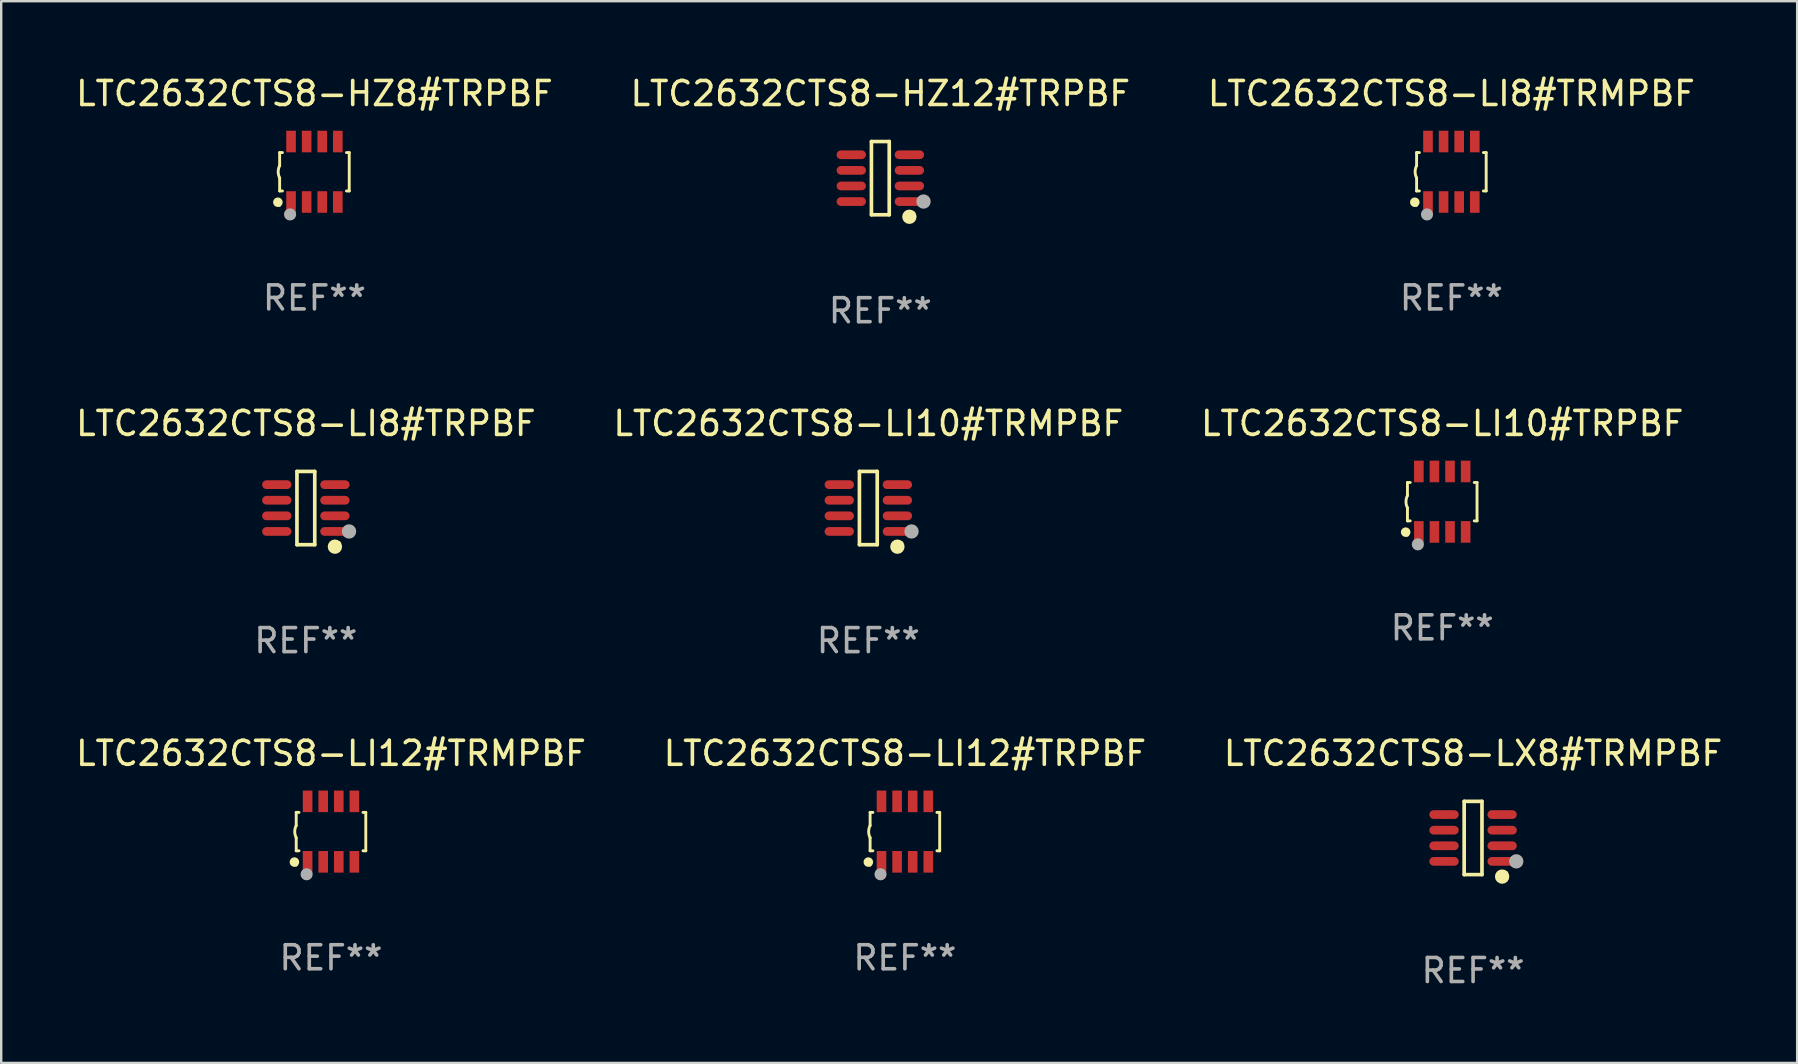
<source format=kicad_pcb>
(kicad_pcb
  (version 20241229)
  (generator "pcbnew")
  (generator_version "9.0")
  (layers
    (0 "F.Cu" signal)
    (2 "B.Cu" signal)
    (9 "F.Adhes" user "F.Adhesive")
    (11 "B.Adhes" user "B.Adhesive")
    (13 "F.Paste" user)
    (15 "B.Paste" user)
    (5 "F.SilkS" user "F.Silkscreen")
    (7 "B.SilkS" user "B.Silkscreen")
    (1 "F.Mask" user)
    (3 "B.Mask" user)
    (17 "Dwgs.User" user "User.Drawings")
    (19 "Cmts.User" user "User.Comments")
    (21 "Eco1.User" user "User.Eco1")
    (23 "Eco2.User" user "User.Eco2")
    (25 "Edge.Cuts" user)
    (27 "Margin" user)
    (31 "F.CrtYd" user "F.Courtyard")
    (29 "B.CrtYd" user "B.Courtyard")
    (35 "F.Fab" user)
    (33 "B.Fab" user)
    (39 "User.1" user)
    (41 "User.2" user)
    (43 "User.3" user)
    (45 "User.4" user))
  (footprint "LTC2632CTS8-LI8#TRPBF"
    (layer "F.Cu")
    (at 9.696 18.123)
    (property "Reference" "LTC2632CTS8-LI8#TRPBF" (at 0 -3.526 0) (layer "F.SilkS") (effects (font (size 1 1) (thickness 0.15))))
    (attr through_hole)
    (fp_line (start -0.371 -1.526) (end 0.371 -1.526) (stroke (width 0.152) (type solid)) (layer "F.SilkS"))
    (fp_line (start -0.371 1.526) (end -0.371 -1.526) (stroke (width 0.152) (type solid)) (layer "F.SilkS"))
    (fp_line (start 0.371 -1.526) (end 0.371 1.526) (stroke (width 0.152) (type solid)) (layer "F.SilkS"))
    (fp_line (start 0.371 1.526) (end -0.371 1.526) (stroke (width 0.152) (type solid)) (layer "F.SilkS"))
    (fp_circle (center 1.211 1.609) (end 1.361 1.609) (stroke (width 0.3) (type solid)) (fill no) (layer "F.SilkS"))
    (fp_circle (center 1.4 1.45) (end 1.43 1.45) (stroke (width 0.06) (type solid)) (fill no) (layer "F.SilkS"))
    (fp_circle (center 1.8 0.975) (end 1.95 0.975) (stroke (width 0.3) (type solid)) (fill no) (layer "F.Fab"))
    (fp_text user "REF**" (at 0 5.526 0) (layer "F.Fab") (effects (font (size 1 1) (thickness 0.15))))
    (pad "1" smd oval (at 1.211 0.975) (size 1.222 0.364) (layers "F.Cu" "F.Mask" "F.Paste"))
    (pad "2" smd oval (at 1.211 0.325) (size 1.222 0.364) (layers "F.Cu" "F.Mask" "F.Paste"))
    (pad "3" smd oval (at 1.211 -0.325) (size 1.222 0.364) (layers "F.Cu" "F.Mask" "F.Paste"))
    (pad "4" smd oval (at 1.211 -0.975) (size 1.222 0.364) (layers "F.Cu" "F.Mask" "F.Paste"))
    (pad "5" smd oval (at -1.211 -0.975) (size 1.222 0.364) (layers "F.Cu" "F.Mask" "F.Paste"))
    (pad "6" smd oval (at -1.211 -0.325) (size 1.222 0.364) (layers "F.Cu" "F.Mask" "F.Paste"))
    (pad "7" smd oval (at -1.211 0.325) (size 1.222 0.364) (layers "F.Cu" "F.Mask" "F.Paste"))
    (pad "8" smd oval (at -1.211 0.975) (size 1.222 0.364) (layers "F.Cu" "F.Mask" "F.Paste")))
  (footprint "LTC2632CTS8-LX8#TRMPBF"
    (layer "F.Cu")
    (at 58.339 31.872)
    (property "Reference" "LTC2632CTS8-LX8#TRMPBF" (at 0 -3.526 0) (layer "F.SilkS") (effects (font (size 1 1) (thickness 0.15))))
    (attr through_hole)
    (fp_line (start -0.371 -1.526) (end 0.371 -1.526) (stroke (width 0.152) (type solid)) (layer "F.SilkS"))
    (fp_line (start -0.371 1.526) (end -0.371 -1.526) (stroke (width 0.152) (type solid)) (layer "F.SilkS"))
    (fp_line (start 0.371 -1.526) (end 0.371 1.526) (stroke (width 0.152) (type solid)) (layer "F.SilkS"))
    (fp_line (start 0.371 1.526) (end -0.371 1.526) (stroke (width 0.152) (type solid)) (layer "F.SilkS"))
    (fp_circle (center 1.211 1.609) (end 1.361 1.609) (stroke (width 0.3) (type solid)) (fill no) (layer "F.SilkS"))
    (fp_circle (center 1.4 1.45) (end 1.43 1.45) (stroke (width 0.06) (type solid)) (fill no) (layer "F.SilkS"))
    (fp_circle (center 1.8 0.975) (end 1.95 0.975) (stroke (width 0.3) (type solid)) (fill no) (layer "F.Fab"))
    (fp_text user "REF**" (at 0 5.526 0) (layer "F.Fab") (effects (font (size 1 1) (thickness 0.15))))
    (pad "1" smd oval (at 1.211 0.975) (size 1.222 0.364) (layers "F.Cu" "F.Mask" "F.Paste"))
    (pad "2" smd oval (at 1.211 0.325) (size 1.222 0.364) (layers "F.Cu" "F.Mask" "F.Paste"))
    (pad "3" smd oval (at 1.211 -0.325) (size 1.222 0.364) (layers "F.Cu" "F.Mask" "F.Paste"))
    (pad "4" smd oval (at 1.211 -0.975) (size 1.222 0.364) (layers "F.Cu" "F.Mask" "F.Paste"))
    (pad "5" smd oval (at -1.211 -0.975) (size 1.222 0.364) (layers "F.Cu" "F.Mask" "F.Paste"))
    (pad "6" smd oval (at -1.211 -0.325) (size 1.222 0.364) (layers "F.Cu" "F.Mask" "F.Paste"))
    (pad "7" smd oval (at -1.211 0.325) (size 1.222 0.364) (layers "F.Cu" "F.Mask" "F.Paste"))
    (pad "8" smd oval (at -1.211 0.975) (size 1.222 0.364) (layers "F.Cu" "F.Mask" "F.Paste")))
  (footprint "LTC2632CTS8-LI10#TRPBF"
    (layer "F.Cu")
    (at 57.054 17.857)
    (property "Reference" "LTC2632CTS8-LI10#TRPBF" (at 0 -3.26 0) (layer "F.SilkS") (effects (font (size 1 1) (thickness 0.15))))
    (attr through_hole)
    (fp_line (start -1.45 -0.8) (end -1.45 -0.254) (stroke (width 0.12) (type solid)) (layer "F.SilkS"))
    (fp_line (start -1.45 -0.8) (end -1.334 -0.8) (stroke (width 0.12) (type solid)) (layer "F.SilkS"))
    (fp_line (start -1.45 0.8) (end -1.45 0.254) (stroke (width 0.12) (type solid)) (layer "F.SilkS"))
    (fp_line (start -1.45 0.8) (end -1.334 0.8) (stroke (width 0.12) (type solid)) (layer "F.SilkS"))
    (fp_line (start 1.334 -0.8) (end 1.45 -0.8) (stroke (width 0.12) (type solid)) (layer "F.SilkS"))
    (fp_line (start 1.334 0.8) (end 1.45 0.8) (stroke (width 0.12) (type solid)) (layer "F.SilkS"))
    (fp_line (start 1.45 0.8) (end 1.45 -0.8) (stroke (width 0.12) (type solid)) (layer "F.SilkS"))
    (fp_arc (start -1.45075 0.255144) (mid -1.510605 0.000434) (end -1.450013 -0.254102) (stroke (width 0.11999) (type solid)) (layer "F.SilkS"))
    (fp_circle (center -1.524 1.27) (end -1.424 1.27) (stroke (width 0.2) (type solid)) (fill no) (layer "F.SilkS"))
    (fp_circle (center -1.45 1.4) (end -1.42 1.4) (stroke (width 0.06) (type solid)) (fill no) (layer "F.SilkS"))
    (fp_circle (center -1.016 1.778) (end -0.889 1.778) (stroke (width 0.254) (type solid)) (fill no) (layer "F.Fab"))
    (fp_text user "REF**" (at 0 5.26 0) (layer "F.Fab") (effects (font (size 1 1) (thickness 0.15))))
    (pad "1" smd rect (at -0.975 1.26) (size 0.4 0.9) (layers "F.Cu" "F.Mask" "F.Paste"))
    (pad "2" smd rect (at -0.325 1.26) (size 0.4 0.9) (layers "F.Cu" "F.Mask" "F.Paste"))
    (pad "3" smd rect (at 0.325 1.26) (size 0.4 0.9) (layers "F.Cu" "F.Mask" "F.Paste"))
    (pad "4" smd rect (at 0.975 1.26) (size 0.4 0.9) (layers "F.Cu" "F.Mask" "F.Paste"))
    (pad "5" smd rect (at 0.975 -1.26) (size 0.4 0.9) (layers "F.Cu" "F.Mask" "F.Paste"))
    (pad "6" smd rect (at 0.325 -1.26) (size 0.4 0.9) (layers "F.Cu" "F.Mask" "F.Paste"))
    (pad "7" smd rect (at -0.325 -1.26) (size 0.4 0.9) (layers "F.Cu" "F.Mask" "F.Paste"))
    (pad "8" smd rect (at -0.975 -1.26) (size 0.4 0.9) (layers "F.Cu" "F.Mask" "F.Paste")))
  (footprint "LTC2632CTS8-HZ12#TRPBF"
    (layer "F.Cu")
    (at 33.637 4.374)
    (property "Reference" "LTC2632CTS8-HZ12#TRPBF" (at 0 -3.526 0) (layer "F.SilkS") (effects (font (size 1 1) (thickness 0.15))))
    (attr through_hole)
    (fp_line (start -0.371 -1.526) (end 0.371 -1.526) (stroke (width 0.152) (type solid)) (layer "F.SilkS"))
    (fp_line (start -0.371 1.526) (end -0.371 -1.526) (stroke (width 0.152) (type solid)) (layer "F.SilkS"))
    (fp_line (start 0.371 -1.526) (end 0.371 1.526) (stroke (width 0.152) (type solid)) (layer "F.SilkS"))
    (fp_line (start 0.371 1.526) (end -0.371 1.526) (stroke (width 0.152) (type solid)) (layer "F.SilkS"))
    (fp_circle (center 1.211 1.609) (end 1.361 1.609) (stroke (width 0.3) (type solid)) (fill no) (layer "F.SilkS"))
    (fp_circle (center 1.4 1.45) (end 1.43 1.45) (stroke (width 0.06) (type solid)) (fill no) (layer "F.SilkS"))
    (fp_circle (center 1.8 0.975) (end 1.95 0.975) (stroke (width 0.3) (type solid)) (fill no) (layer "F.Fab"))
    (fp_text user "REF**" (at 0 5.526 0) (layer "F.Fab") (effects (font (size 1 1) (thickness 0.15))))
    (pad "1" smd oval (at 1.211 0.975) (size 1.222 0.364) (layers "F.Cu" "F.Mask" "F.Paste"))
    (pad "2" smd oval (at 1.211 0.325) (size 1.222 0.364) (layers "F.Cu" "F.Mask" "F.Paste"))
    (pad "3" smd oval (at 1.211 -0.325) (size 1.222 0.364) (layers "F.Cu" "F.Mask" "F.Paste"))
    (pad "4" smd oval (at 1.211 -0.975) (size 1.222 0.364) (layers "F.Cu" "F.Mask" "F.Paste"))
    (pad "5" smd oval (at -1.211 -0.975) (size 1.222 0.364) (layers "F.Cu" "F.Mask" "F.Paste"))
    (pad "6" smd oval (at -1.211 -0.325) (size 1.222 0.364) (layers "F.Cu" "F.Mask" "F.Paste"))
    (pad "7" smd oval (at -1.211 0.325) (size 1.222 0.364) (layers "F.Cu" "F.Mask" "F.Paste"))
    (pad "8" smd oval (at -1.211 0.975) (size 1.222 0.364) (layers "F.Cu" "F.Mask" "F.Paste")))
  (footprint "LTC2632CTS8-LI12#TRPBF"
    (layer "F.Cu")
    (at 34.661 31.606)
    (property "Reference" "LTC2632CTS8-LI12#TRPBF" (at 0 -3.26 0) (layer "F.SilkS") (effects (font (size 1 1) (thickness 0.15))))
    (attr through_hole)
    (fp_line (start -1.45 -0.8) (end -1.45 -0.254) (stroke (width 0.12) (type solid)) (layer "F.SilkS"))
    (fp_line (start -1.45 -0.8) (end -1.334 -0.8) (stroke (width 0.12) (type solid)) (layer "F.SilkS"))
    (fp_line (start -1.45 0.8) (end -1.45 0.254) (stroke (width 0.12) (type solid)) (layer "F.SilkS"))
    (fp_line (start -1.45 0.8) (end -1.334 0.8) (stroke (width 0.12) (type solid)) (layer "F.SilkS"))
    (fp_line (start 1.334 -0.8) (end 1.45 -0.8) (stroke (width 0.12) (type solid)) (layer "F.SilkS"))
    (fp_line (start 1.334 0.8) (end 1.45 0.8) (stroke (width 0.12) (type solid)) (layer "F.SilkS"))
    (fp_line (start 1.45 0.8) (end 1.45 -0.8) (stroke (width 0.12) (type solid)) (layer "F.SilkS"))
    (fp_arc (start -1.45075 0.255144) (mid -1.510605 0.000434) (end -1.450013 -0.254102) (stroke (width 0.11999) (type solid)) (layer "F.SilkS"))
    (fp_circle (center -1.524 1.27) (end -1.424 1.27) (stroke (width 0.2) (type solid)) (fill no) (layer "F.SilkS"))
    (fp_circle (center -1.45 1.4) (end -1.42 1.4) (stroke (width 0.06) (type solid)) (fill no) (layer "F.SilkS"))
    (fp_circle (center -1.016 1.778) (end -0.889 1.778) (stroke (width 0.254) (type solid)) (fill no) (layer "F.Fab"))
    (fp_text user "REF**" (at 0 5.26 0) (layer "F.Fab") (effects (font (size 1 1) (thickness 0.15))))
    (pad "1" smd rect (at -0.975 1.26) (size 0.4 0.9) (layers "F.Cu" "F.Mask" "F.Paste"))
    (pad "2" smd rect (at -0.325 1.26) (size 0.4 0.9) (layers "F.Cu" "F.Mask" "F.Paste"))
    (pad "3" smd rect (at 0.325 1.26) (size 0.4 0.9) (layers "F.Cu" "F.Mask" "F.Paste"))
    (pad "4" smd rect (at 0.975 1.26) (size 0.4 0.9) (layers "F.Cu" "F.Mask" "F.Paste"))
    (pad "5" smd rect (at 0.975 -1.26) (size 0.4 0.9) (layers "F.Cu" "F.Mask" "F.Paste"))
    (pad "6" smd rect (at 0.325 -1.26) (size 0.4 0.9) (layers "F.Cu" "F.Mask" "F.Paste"))
    (pad "7" smd rect (at -0.325 -1.26) (size 0.4 0.9) (layers "F.Cu" "F.Mask" "F.Paste"))
    (pad "8" smd rect (at -0.975 -1.26) (size 0.4 0.9) (layers "F.Cu" "F.Mask" "F.Paste")))
  (footprint "LTC2632CTS8-LI8#TRMPBF"
    (layer "F.Cu")
    (at 57.435 4.108)
    (property "Reference" "LTC2632CTS8-LI8#TRMPBF" (at 0 -3.26 0) (layer "F.SilkS") (effects (font (size 1 1) (thickness 0.15))))
    (attr through_hole)
    (fp_line (start -1.45 -0.8) (end -1.45 -0.254) (stroke (width 0.12) (type solid)) (layer "F.SilkS"))
    (fp_line (start -1.45 -0.8) (end -1.334 -0.8) (stroke (width 0.12) (type solid)) (layer "F.SilkS"))
    (fp_line (start -1.45 0.8) (end -1.45 0.254) (stroke (width 0.12) (type solid)) (layer "F.SilkS"))
    (fp_line (start -1.45 0.8) (end -1.334 0.8) (stroke (width 0.12) (type solid)) (layer "F.SilkS"))
    (fp_line (start 1.334 -0.8) (end 1.45 -0.8) (stroke (width 0.12) (type solid)) (layer "F.SilkS"))
    (fp_line (start 1.334 0.8) (end 1.45 0.8) (stroke (width 0.12) (type solid)) (layer "F.SilkS"))
    (fp_line (start 1.45 0.8) (end 1.45 -0.8) (stroke (width 0.12) (type solid)) (layer "F.SilkS"))
    (fp_arc (start -1.45075 0.255144) (mid -1.510605 0.000434) (end -1.450013 -0.254102) (stroke (width 0.11999) (type solid)) (layer "F.SilkS"))
    (fp_circle (center -1.524 1.27) (end -1.424 1.27) (stroke (width 0.2) (type solid)) (fill no) (layer "F.SilkS"))
    (fp_circle (center -1.45 1.4) (end -1.42 1.4) (stroke (width 0.06) (type solid)) (fill no) (layer "F.SilkS"))
    (fp_circle (center -1.016 1.778) (end -0.889 1.778) (stroke (width 0.254) (type solid)) (fill no) (layer "F.Fab"))
    (fp_text user "REF**" (at 0 5.26 0) (layer "F.Fab") (effects (font (size 1 1) (thickness 0.15))))
    (pad "1" smd rect (at -0.975 1.26) (size 0.4 0.9) (layers "F.Cu" "F.Mask" "F.Paste"))
    (pad "2" smd rect (at -0.325 1.26) (size 0.4 0.9) (layers "F.Cu" "F.Mask" "F.Paste"))
    (pad "3" smd rect (at 0.325 1.26) (size 0.4 0.9) (layers "F.Cu" "F.Mask" "F.Paste"))
    (pad "4" smd rect (at 0.975 1.26) (size 0.4 0.9) (layers "F.Cu" "F.Mask" "F.Paste"))
    (pad "5" smd rect (at 0.975 -1.26) (size 0.4 0.9) (layers "F.Cu" "F.Mask" "F.Paste"))
    (pad "6" smd rect (at 0.325 -1.26) (size 0.4 0.9) (layers "F.Cu" "F.Mask" "F.Paste"))
    (pad "7" smd rect (at -0.325 -1.26) (size 0.4 0.9) (layers "F.Cu" "F.Mask" "F.Paste"))
    (pad "8" smd rect (at -0.975 -1.26) (size 0.4 0.9) (layers "F.Cu" "F.Mask" "F.Paste")))
  (footprint "LTC2632CTS8-LI10#TRMPBF"
    (layer "F.Cu")
    (at 33.137 18.123)
    (property "Reference" "LTC2632CTS8-LI10#TRMPBF" (at 0 -3.526 0) (layer "F.SilkS") (effects (font (size 1 1) (thickness 0.15))))
    (attr through_hole)
    (fp_line (start -0.371 -1.526) (end 0.371 -1.526) (stroke (width 0.152) (type solid)) (layer "F.SilkS"))
    (fp_line (start -0.371 1.526) (end -0.371 -1.526) (stroke (width 0.152) (type solid)) (layer "F.SilkS"))
    (fp_line (start 0.371 -1.526) (end 0.371 1.526) (stroke (width 0.152) (type solid)) (layer "F.SilkS"))
    (fp_line (start 0.371 1.526) (end -0.371 1.526) (stroke (width 0.152) (type solid)) (layer "F.SilkS"))
    (fp_circle (center 1.211 1.609) (end 1.361 1.609) (stroke (width 0.3) (type solid)) (fill no) (layer "F.SilkS"))
    (fp_circle (center 1.4 1.45) (end 1.43 1.45) (stroke (width 0.06) (type solid)) (fill no) (layer "F.SilkS"))
    (fp_circle (center 1.8 0.975) (end 1.95 0.975) (stroke (width 0.3) (type solid)) (fill no) (layer "F.Fab"))
    (fp_text user "REF**" (at 0 5.526 0) (layer "F.Fab") (effects (font (size 1 1) (thickness 0.15))))
    (pad "1" smd oval (at 1.211 0.975) (size 1.222 0.364) (layers "F.Cu" "F.Mask" "F.Paste"))
    (pad "2" smd oval (at 1.211 0.325) (size 1.222 0.364) (layers "F.Cu" "F.Mask" "F.Paste"))
    (pad "3" smd oval (at 1.211 -0.325) (size 1.222 0.364) (layers "F.Cu" "F.Mask" "F.Paste"))
    (pad "4" smd oval (at 1.211 -0.975) (size 1.222 0.364) (layers "F.Cu" "F.Mask" "F.Paste"))
    (pad "5" smd oval (at -1.211 -0.975) (size 1.222 0.364) (layers "F.Cu" "F.Mask" "F.Paste"))
    (pad "6" smd oval (at -1.211 -0.325) (size 1.222 0.364) (layers "F.Cu" "F.Mask" "F.Paste"))
    (pad "7" smd oval (at -1.211 0.325) (size 1.222 0.364) (layers "F.Cu" "F.Mask" "F.Paste"))
    (pad "8" smd oval (at -1.211 0.975) (size 1.222 0.364) (layers "F.Cu" "F.Mask" "F.Paste")))
  (footprint "LTC2632CTS8-HZ8#TRPBF"
    (layer "F.Cu")
    (at 10.054 4.108)
    (property "Reference" "LTC2632CTS8-HZ8#TRPBF" (at 0 -3.26 0) (layer "F.SilkS") (effects (font (size 1 1) (thickness 0.15))))
    (attr through_hole)
    (fp_line (start -1.45 -0.8) (end -1.45 -0.254) (stroke (width 0.12) (type solid)) (layer "F.SilkS"))
    (fp_line (start -1.45 -0.8) (end -1.334 -0.8) (stroke (width 0.12) (type solid)) (layer "F.SilkS"))
    (fp_line (start -1.45 0.8) (end -1.45 0.254) (stroke (width 0.12) (type solid)) (layer "F.SilkS"))
    (fp_line (start -1.45 0.8) (end -1.334 0.8) (stroke (width 0.12) (type solid)) (layer "F.SilkS"))
    (fp_line (start 1.334 -0.8) (end 1.45 -0.8) (stroke (width 0.12) (type solid)) (layer "F.SilkS"))
    (fp_line (start 1.334 0.8) (end 1.45 0.8) (stroke (width 0.12) (type solid)) (layer "F.SilkS"))
    (fp_line (start 1.45 0.8) (end 1.45 -0.8) (stroke (width 0.12) (type solid)) (layer "F.SilkS"))
    (fp_arc (start -1.45075 0.255144) (mid -1.510605 0.000434) (end -1.450013 -0.254102) (stroke (width 0.11999) (type solid)) (layer "F.SilkS"))
    (fp_circle (center -1.524 1.27) (end -1.424 1.27) (stroke (width 0.2) (type solid)) (fill no) (layer "F.SilkS"))
    (fp_circle (center -1.45 1.4) (end -1.42 1.4) (stroke (width 0.06) (type solid)) (fill no) (layer "F.SilkS"))
    (fp_circle (center -1.016 1.778) (end -0.889 1.778) (stroke (width 0.254) (type solid)) (fill no) (layer "F.Fab"))
    (fp_text user "REF**" (at 0 5.26 0) (layer "F.Fab") (effects (font (size 1 1) (thickness 0.15))))
    (pad "1" smd rect (at -0.975 1.26) (size 0.4 0.9) (layers "F.Cu" "F.Mask" "F.Paste"))
    (pad "2" smd rect (at -0.325 1.26) (size 0.4 0.9) (layers "F.Cu" "F.Mask" "F.Paste"))
    (pad "3" smd rect (at 0.325 1.26) (size 0.4 0.9) (layers "F.Cu" "F.Mask" "F.Paste"))
    (pad "4" smd rect (at 0.975 1.26) (size 0.4 0.9) (layers "F.Cu" "F.Mask" "F.Paste"))
    (pad "5" smd rect (at 0.975 -1.26) (size 0.4 0.9) (layers "F.Cu" "F.Mask" "F.Paste"))
    (pad "6" smd rect (at 0.325 -1.26) (size 0.4 0.9) (layers "F.Cu" "F.Mask" "F.Paste"))
    (pad "7" smd rect (at -0.325 -1.26) (size 0.4 0.9) (layers "F.Cu" "F.Mask" "F.Paste"))
    (pad "8" smd rect (at -0.975 -1.26) (size 0.4 0.9) (layers "F.Cu" "F.Mask" "F.Paste")))
  (footprint "LTC2632CTS8-LI12#TRMPBF"
    (layer "F.Cu")
    (at 10.744 31.606)
    (property "Reference" "LTC2632CTS8-LI12#TRMPBF" (at 0 -3.26 0) (layer "F.SilkS") (effects (font (size 1 1) (thickness 0.15))))
    (attr through_hole)
    (fp_line (start -1.45 -0.8) (end -1.45 -0.254) (stroke (width 0.12) (type solid)) (layer "F.SilkS"))
    (fp_line (start -1.45 -0.8) (end -1.334 -0.8) (stroke (width 0.12) (type solid)) (layer "F.SilkS"))
    (fp_line (start -1.45 0.8) (end -1.45 0.254) (stroke (width 0.12) (type solid)) (layer "F.SilkS"))
    (fp_line (start -1.45 0.8) (end -1.334 0.8) (stroke (width 0.12) (type solid)) (layer "F.SilkS"))
    (fp_line (start 1.334 -0.8) (end 1.45 -0.8) (stroke (width 0.12) (type solid)) (layer "F.SilkS"))
    (fp_line (start 1.334 0.8) (end 1.45 0.8) (stroke (width 0.12) (type solid)) (layer "F.SilkS"))
    (fp_line (start 1.45 0.8) (end 1.45 -0.8) (stroke (width 0.12) (type solid)) (layer "F.SilkS"))
    (fp_arc (start -1.45075 0.255144) (mid -1.510605 0.000434) (end -1.450013 -0.254102) (stroke (width 0.11999) (type solid)) (layer "F.SilkS"))
    (fp_circle (center -1.524 1.27) (end -1.424 1.27) (stroke (width 0.2) (type solid)) (fill no) (layer "F.SilkS"))
    (fp_circle (center -1.45 1.4) (end -1.42 1.4) (stroke (width 0.06) (type solid)) (fill no) (layer "F.SilkS"))
    (fp_circle (center -1.016 1.778) (end -0.889 1.778) (stroke (width 0.254) (type solid)) (fill no) (layer "F.Fab"))
    (fp_text user "REF**" (at 0 5.26 0) (layer "F.Fab") (effects (font (size 1 1) (thickness 0.15))))
    (pad "1" smd rect (at -0.975 1.26) (size 0.4 0.9) (layers "F.Cu" "F.Mask" "F.Paste"))
    (pad "2" smd rect (at -0.325 1.26) (size 0.4 0.9) (layers "F.Cu" "F.Mask" "F.Paste"))
    (pad "3" smd rect (at 0.325 1.26) (size 0.4 0.9) (layers "F.Cu" "F.Mask" "F.Paste"))
    (pad "4" smd rect (at 0.975 1.26) (size 0.4 0.9) (layers "F.Cu" "F.Mask" "F.Paste"))
    (pad "5" smd rect (at 0.975 -1.26) (size 0.4 0.9) (layers "F.Cu" "F.Mask" "F.Paste"))
    (pad "6" smd rect (at 0.325 -1.26) (size 0.4 0.9) (layers "F.Cu" "F.Mask" "F.Paste"))
    (pad "7" smd rect (at -0.325 -1.26) (size 0.4 0.9) (layers "F.Cu" "F.Mask" "F.Paste"))
    (pad "8" smd rect (at -0.975 -1.26) (size 0.4 0.9) (layers "F.Cu" "F.Mask" "F.Paste")))
  (gr_rect
    (start -3 -3)
    (end 71.845 41.247)
    (stroke (width 0.1) (type default))
    (fill no)
    (layer "Edge.Cuts")))
</source>
